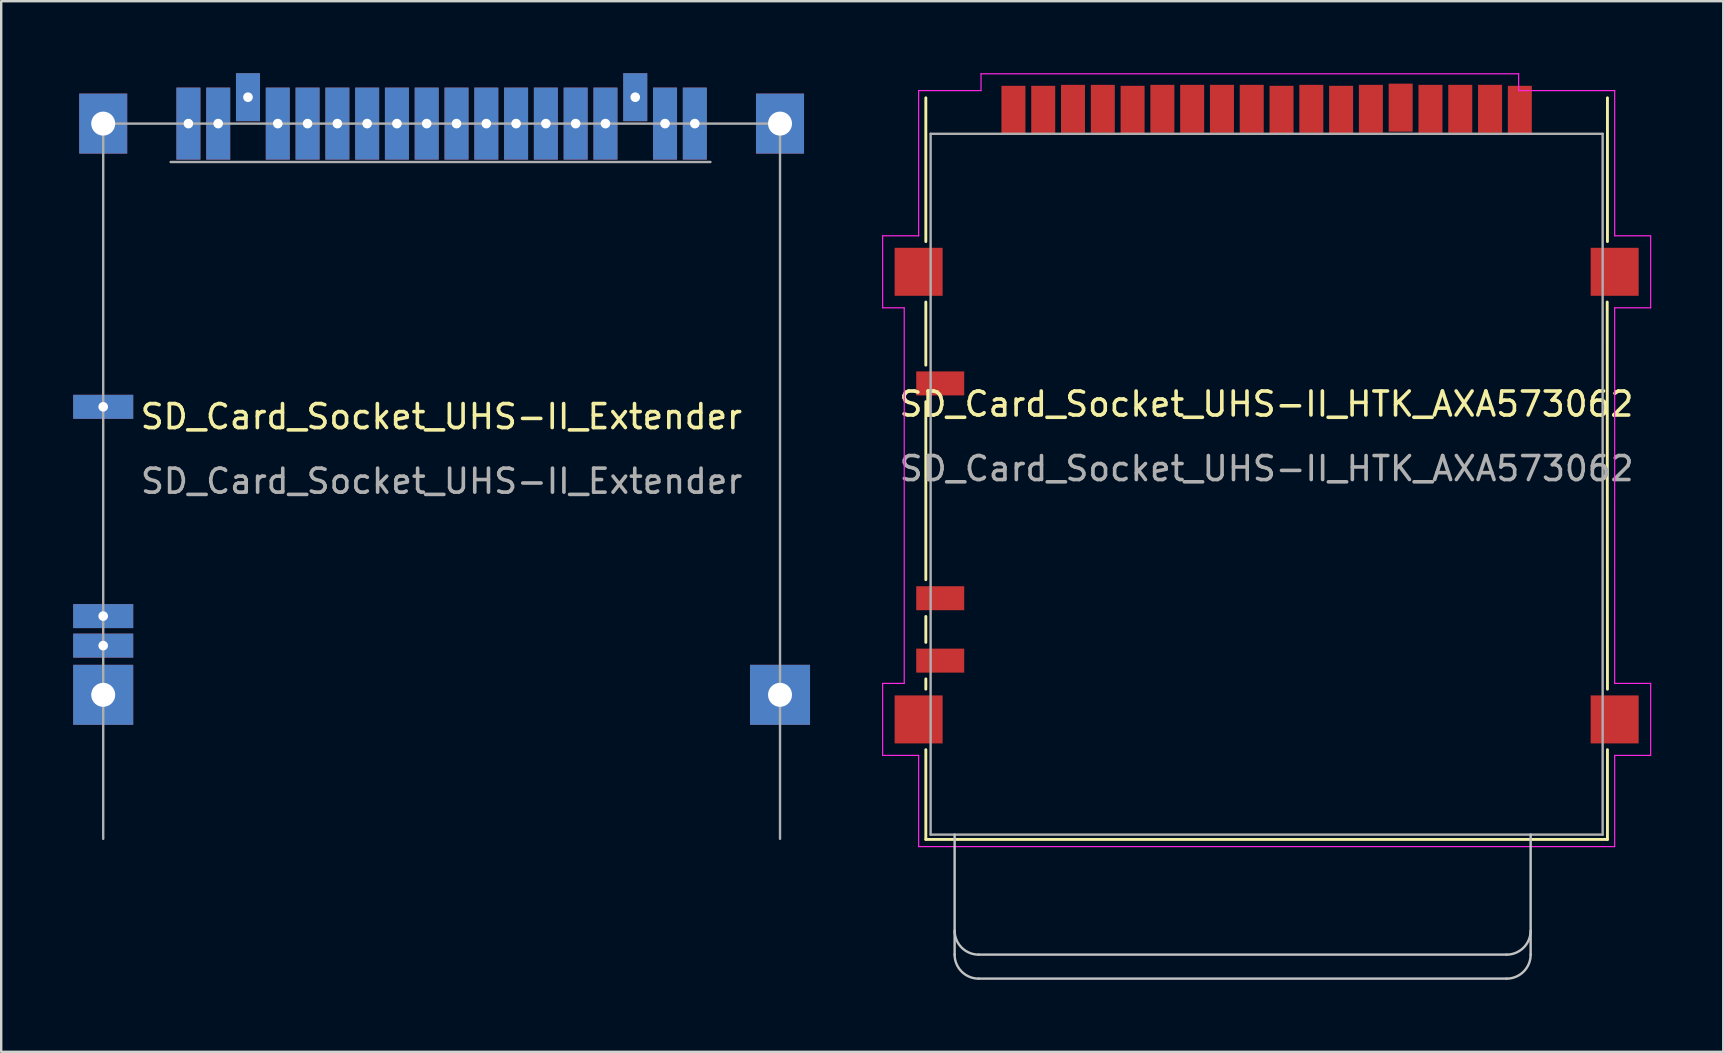
<source format=kicad_pcb>
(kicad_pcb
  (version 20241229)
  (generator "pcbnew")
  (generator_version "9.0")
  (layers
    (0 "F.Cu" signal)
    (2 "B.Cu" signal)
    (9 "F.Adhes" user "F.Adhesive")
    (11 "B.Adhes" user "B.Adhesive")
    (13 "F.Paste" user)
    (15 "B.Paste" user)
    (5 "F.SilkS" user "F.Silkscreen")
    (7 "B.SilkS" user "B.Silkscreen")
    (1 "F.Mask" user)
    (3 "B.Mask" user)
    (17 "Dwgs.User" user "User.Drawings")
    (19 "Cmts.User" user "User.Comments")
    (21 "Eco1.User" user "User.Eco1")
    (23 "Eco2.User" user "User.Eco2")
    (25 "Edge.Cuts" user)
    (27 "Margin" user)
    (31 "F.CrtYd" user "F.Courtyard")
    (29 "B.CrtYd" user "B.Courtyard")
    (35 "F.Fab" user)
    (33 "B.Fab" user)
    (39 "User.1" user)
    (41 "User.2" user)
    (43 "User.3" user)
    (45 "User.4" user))
  (footprint "SD_Card_Socket_UHS-II_HTK_AXA573062"
    (layer "F.Cu")
    (at 49.725 16.475)
    (property "Reference" "SD_Card_Socket_UHS-II_HTK_AXA573062" (at -0.01 -2.69 0) (layer "F.SilkS") (effects (font (size 1 1) (thickness 0.15))))
    (attr smd)
    (fp_line (start -14.2 -9.46) (end -14.2 -15.45) (stroke (width 0.12) (type solid)) (layer "F.SilkS"))
    (fp_line (start -14.2 -4.31) (end -14.2 -6.94) (stroke (width 0.12) (type solid)) (layer "F.SilkS"))
    (fp_line (start -14.2 4.63) (end -14.2 -2.79) (stroke (width 0.12) (type solid)) (layer "F.SilkS"))
    (fp_line (start -14.2 7.24) (end -14.2 6.16) (stroke (width 0.12) (type solid)) (layer "F.SilkS"))
    (fp_line (start -14.2 9.19) (end -14.2 8.76) (stroke (width 0.12) (type solid)) (layer "F.SilkS"))
    (fp_line (start -14.2 15.45) (end -14.2 11.71) (stroke (width 0.12) (type solid)) (layer "F.SilkS"))
    (fp_line (start 14.19 -6.94) (end 14.2 9.19) (stroke (width 0.12) (type solid)) (layer "F.SilkS"))
    (fp_line (start 14.2 -15.45) (end 14.2 -9.46) (stroke (width 0.12) (type solid)) (layer "F.SilkS"))
    (fp_line (start 14.2 11.71) (end 14.2 15.45) (stroke (width 0.12) (type solid)) (layer "F.SilkS"))
    (fp_line (start 14.2 15.45) (end -14.2 15.45) (stroke (width 0.12) (type solid)) (layer "F.SilkS"))
    (fp_line (start -13 20.25) (end -13 15.25) (stroke (width 0.1) (type solid)) (layer "Dwgs.User"))
    (fp_line (start 10 20.25) (end -12 20.25) (stroke (width 0.1) (type solid)) (layer "Dwgs.User"))
    (fp_line (start 10 21.25) (end -12 21.25) (stroke (width 0.1) (type solid)) (layer "Dwgs.User"))
    (fp_line (start 11 20.25) (end 11 15.25) (stroke (width 0.1) (type solid)) (layer "Dwgs.User"))
    (fp_arc (start -12 20.25) (mid -12.707107 19.957107) (end -13 19.25) (stroke (width 0.1) (type solid)) (layer "Dwgs.User"))
    (fp_arc (start -12 21.25) (mid -12.707107 20.957107) (end -13 20.25) (stroke (width 0.1) (type solid)) (layer "Dwgs.User"))
    (fp_arc (start 11 19.25) (mid 10.707107 19.957107) (end 10 20.25) (stroke (width 0.1) (type solid)) (layer "Dwgs.User"))
    (fp_arc (start 11 20.25) (mid 10.707107 20.957107) (end 10 21.25) (stroke (width 0.1) (type solid)) (layer "Dwgs.User"))
    (fp_line (start -16 -9.7) (end -16 -6.7) (stroke (width 0.05) (type solid)) (layer "F.CrtYd"))
    (fp_line (start -16 -6.7) (end -15.1 -6.7) (stroke (width 0.05) (type solid)) (layer "F.CrtYd"))
    (fp_line (start -16 8.95) (end -16 11.95) (stroke (width 0.05) (type solid)) (layer "F.CrtYd"))
    (fp_line (start -16 11.95) (end -14.5 11.95) (stroke (width 0.05) (type solid)) (layer "F.CrtYd"))
    (fp_line (start -15.1 -6.7) (end -15.1 8.95) (stroke (width 0.05) (type solid)) (layer "F.CrtYd"))
    (fp_line (start -15.1 8.95) (end -16 8.95) (stroke (width 0.05) (type solid)) (layer "F.CrtYd"))
    (fp_line (start -14.5 -15.75) (end -14.5 -9.7) (stroke (width 0.05) (type solid)) (layer "F.CrtYd"))
    (fp_line (start -14.5 -15.75) (end -11.9 -15.75) (stroke (width 0.05) (type solid)) (layer "F.CrtYd"))
    (fp_line (start -14.5 -9.7) (end -16 -9.7) (stroke (width 0.05) (type solid)) (layer "F.CrtYd"))
    (fp_line (start -14.5 11.95) (end -14.5 15.75) (stroke (width 0.05) (type solid)) (layer "F.CrtYd"))
    (fp_line (start -11.9 -16.45) (end 10.5 -16.45) (stroke (width 0.05) (type solid)) (layer "F.CrtYd"))
    (fp_line (start -11.9 -15.75) (end -11.9 -16.45) (stroke (width 0.05) (type solid)) (layer "F.CrtYd"))
    (fp_line (start 10.5 -16.45) (end 10.5 -15.75) (stroke (width 0.05) (type solid)) (layer "F.CrtYd"))
    (fp_line (start 10.5 -15.75) (end 14.5 -15.75) (stroke (width 0.05) (type solid)) (layer "F.CrtYd"))
    (fp_line (start 14.5 -15.75) (end 14.5 -9.7) (stroke (width 0.05) (type solid)) (layer "F.CrtYd"))
    (fp_line (start 14.5 -9.7) (end 16 -9.7) (stroke (width 0.05) (type solid)) (layer "F.CrtYd"))
    (fp_line (start 14.5 -6.7) (end 14.5 8.95) (stroke (width 0.05) (type solid)) (layer "F.CrtYd"))
    (fp_line (start 14.5 8.95) (end 16 8.95) (stroke (width 0.05) (type solid)) (layer "F.CrtYd"))
    (fp_line (start 14.5 11.95) (end 14.5 15.75) (stroke (width 0.05) (type solid)) (layer "F.CrtYd"))
    (fp_line (start 14.5 15.75) (end -14.5 15.75) (stroke (width 0.05) (type solid)) (layer "F.CrtYd"))
    (fp_line (start 16 -9.7) (end 16 -6.7) (stroke (width 0.05) (type solid)) (layer "F.CrtYd"))
    (fp_line (start 16 -6.7) (end 14.5 -6.7) (stroke (width 0.05) (type solid)) (layer "F.CrtYd"))
    (fp_line (start 16 8.95) (end 16 11.95) (stroke (width 0.05) (type solid)) (layer "F.CrtYd"))
    (fp_line (start 16 11.95) (end 14.5 11.95) (stroke (width 0.05) (type solid)) (layer "F.CrtYd"))
    (fp_line (start -14 -13.95) (end -14 15.25) (stroke (width 0.1) (type solid)) (layer "F.Fab"))
    (fp_line (start 14 -13.95) (end -14 -13.95) (stroke (width 0.1) (type solid)) (layer "F.Fab"))
    (fp_line (start 14 15.25) (end -14 15.25) (stroke (width 0.1) (type solid)) (layer "F.Fab"))
    (fp_line (start 14 15.25) (end 14 -13.95) (stroke (width 0.1) (type solid)) (layer "F.Fab"))
    (fp_text user "${REFERENCE}" (at 0 0 0) (layer "F.Fab") (effects (font (size 1 1) (thickness 0.15))))
    (pad "1" smd rect (at 6.826 -14.99) (size 1 2) (layers "F.Cu" "F.Mask" "F.Paste"))
    (pad "2" smd rect (at 3.103 -14.95) (size 1 2) (layers "F.Cu" "F.Mask" "F.Paste"))
    (pad "3" smd rect (at 1.862 -14.99) (size 1 2) (layers "F.Cu" "F.Mask" "F.Paste"))
    (pad "4" smd rect (at -0.621 -14.99) (size 1 2) (layers "F.Cu" "F.Mask" "F.Paste"))
    (pad "5" smd rect (at -3.103 -14.99) (size 1 2) (layers "F.Cu" "F.Mask" "F.Paste"))
    (pad "6" smd rect (at -6.826 -14.99) (size 1 2) (layers "F.Cu" "F.Mask" "F.Paste"))
    (pad "7" smd rect (at -9.309 -14.95) (size 1 2) (layers "F.Cu" "F.Mask" "F.Paste"))
    (pad "8" smd rect (at -10.55 -14.95) (size 1 2) (layers "F.Cu" "F.Mask" "F.Paste"))
    (pad "9" smd rect (at 9.309 -14.99) (size 1 2) (layers "F.Cu" "F.Mask" "F.Paste"))
    (pad "11" smd rect (at 4.344 -14.99) (size 1 2) (layers "F.Cu" "F.Mask" "F.Paste"))
    (pad "12" smd rect (at 5.585 -15.04) (size 1 2) (layers "F.Cu" "F.Mask" "F.Paste"))
    (pad "13" smd rect (at 10.55 -14.95) (size 1 2) (layers "F.Cu" "F.Mask" "F.Paste"))
    (pad "14" smd rect (at 0.621 -14.95) (size 1 2) (layers "F.Cu" "F.Mask" "F.Paste"))
    (pad "15" smd rect (at -5.585 -14.95) (size 1 2) (layers "F.Cu" "F.Mask" "F.Paste"))
    (pad "16" smd rect (at -4.344 -14.99) (size 1 2) (layers "F.Cu" "F.Mask" "F.Paste"))
    (pad "17" smd rect (at -1.862 -14.99) (size 1 2) (layers "F.Cu" "F.Mask" "F.Paste"))
    (pad "CP" smd rect (at -13.6 -3.55) (size 2 1) (layers "F.Cu" "F.Mask" "F.Paste"))
    (pad "SH" smd rect (at -14.5 -8.2) (size 2 2) (layers "F.Cu" "F.Mask" "F.Paste"))
    (pad "SH" smd rect (at -14.5 10.45) (size 2 2) (layers "F.Cu" "F.Mask" "F.Paste"))
    (pad "SH" smd rect (at -8.068 -14.99) (size 1 2) (layers "F.Cu" "F.Mask" "F.Paste"))
    (pad "SH" smd rect (at 8.068 -14.99) (size 1 2) (layers "F.Cu" "F.Mask" "F.Paste"))
    (pad "SH" smd rect (at 14.5 -8.2) (size 2 2) (layers "F.Cu" "F.Mask" "F.Paste"))
    (pad "SH" smd rect (at 14.5 10.45) (size 2 2) (layers "F.Cu" "F.Mask" "F.Paste"))
    (pad "SW" smd rect (at -13.6 8) (size 2 1) (layers "F.Cu" "F.Mask" "F.Paste"))
    (pad "WP" smd rect (at -13.6 5.4) (size 2 1) (layers "F.Cu" "F.Mask" "F.Paste")))
  (footprint "SD_Card_Socket_UHS-II_Extender"
    (layer "F.Cu")
    (at 15.35 17)
    (property "Reference" "SD_Card_Socket_UHS-II_Extender" (at -0.01 -2.69 0) (layer "F.SilkS") (effects (font (size 1 1) (thickness 0.15))))
    (attr smd)
    (fp_line (start -14.1 -14.9) (end -14.1 14.9) (stroke (width 0.1) (type solid)) (layer "F.Fab"))
    (fp_line (start -11.29 -13.3) (end 11.2 -13.3) (stroke (width 0.1) (type solid)) (layer "F.Fab"))
    (fp_line (start 14.1 -14.9) (end -14.1 -14.9) (stroke (width 0.1) (type solid)) (layer "F.Fab"))
    (fp_line (start 14.1 14.9) (end 14.1 -14.9) (stroke (width 0.1) (type solid)) (layer "F.Fab"))
    (fp_text user "${REFERENCE}" (at 0 0 0) (layer "F.Fab") (effects (font (size 1 1) (thickness 0.15))))
    (pad "1" thru_hole rect (at 6.826 -14.9) (size 1 3) (drill 0.4) (layers "*.Cu" "*.Mask"))
    (pad "2" thru_hole rect (at 3.103 -14.9) (size 1 3) (drill 0.4) (layers "*.Cu" "*.Mask"))
    (pad "3" thru_hole rect (at 1.862 -14.9) (size 1 3) (drill 0.4) (layers "*.Cu" "*.Mask"))
    (pad "4" thru_hole rect (at -0.621 -14.9) (size 1 3) (drill 0.4) (layers "*.Cu" "*.Mask"))
    (pad "5" thru_hole rect (at -3.103 -14.9) (size 1 3) (drill 0.4) (layers "*.Cu" "*.Mask"))
    (pad "6" thru_hole rect (at -6.826 -14.9) (size 1 3) (drill 0.4) (layers "*.Cu" "*.Mask"))
    (pad "7" thru_hole rect (at -9.309 -14.9) (size 1 3) (drill 0.4) (layers "*.Cu" "*.Mask"))
    (pad "8" thru_hole rect (at -10.55 -14.9) (size 1 3) (drill 0.4) (layers "*.Cu" "*.Mask"))
    (pad "9" thru_hole rect (at 9.309 -14.9) (size 1 3) (drill 0.4) (layers "*.Cu" "*.Mask"))
    (pad "11" thru_hole rect (at 4.344 -14.9) (size 1 3) (drill 0.4) (layers "*.Cu" "*.Mask"))
    (pad "12" thru_hole rect (at 5.585 -14.9) (size 1 3) (drill 0.4) (layers "*.Cu" "*.Mask"))
    (pad "13" thru_hole rect (at 10.55 -14.9) (size 1 3) (drill 0.4) (layers "*.Cu" "*.Mask"))
    (pad "14" thru_hole rect (at 0.621 -14.9) (size 1 3) (drill 0.4) (layers "*.Cu" "*.Mask"))
    (pad "15" thru_hole rect (at -5.585 -14.9) (size 1 3) (drill 0.4) (layers "*.Cu" "*.Mask"))
    (pad "16" thru_hole rect (at -4.344 -14.9) (size 1 3) (drill 0.4) (layers "*.Cu" "*.Mask"))
    (pad "17" thru_hole rect (at -1.862 -14.9) (size 1 3) (drill 0.4) (layers "*.Cu" "*.Mask"))
    (pad "CD" thru_hole rect (at -14.1 -3.1) (size 2.5 1) (drill 0.4) (layers "*.Cu" "*.Mask"))
    (pad "COM" thru_hole rect (at -14.1 6.85) (size 2.5 1) (drill 0.4) (layers "*.Cu" "*.Mask"))
    (pad "SH" thru_hole rect (at -14.1 -14.9) (size 2 2.5) (drill 1) (layers "*.Cu" "*.Mask"))
    (pad "SH" thru_hole rect (at -14.1 8.9) (size 2.5 2.5) (drill 1) (layers "*.Cu" "*.Mask"))
    (pad "SH" thru_hole rect (at -8.068 -16) (size 1 2) (drill 0.4) (layers "*.Cu" "*.Mask"))
    (pad "SH" thru_hole rect (at 8.068 -16) (size 1 2) (drill 0.4) (layers "*.Cu" "*.Mask"))
    (pad "SH" thru_hole rect (at 14.1 -14.9) (size 2 2.5) (drill 1) (layers "*.Cu" "*.Mask"))
    (pad "SH" thru_hole rect (at 14.1 8.9) (size 2.5 2.5) (drill 1) (layers "*.Cu" "*.Mask"))
    (pad "WP" thru_hole rect (at -14.1 5.62) (size 2.5 1) (drill 0.4) (layers "*.Cu" "*.Mask")))
  (gr_rect
    (start -3 -3)
    (end 68.75 40.775)
    (stroke (width 0.1) (type default))
    (fill no)
    (layer "Edge.Cuts")))
</source>
